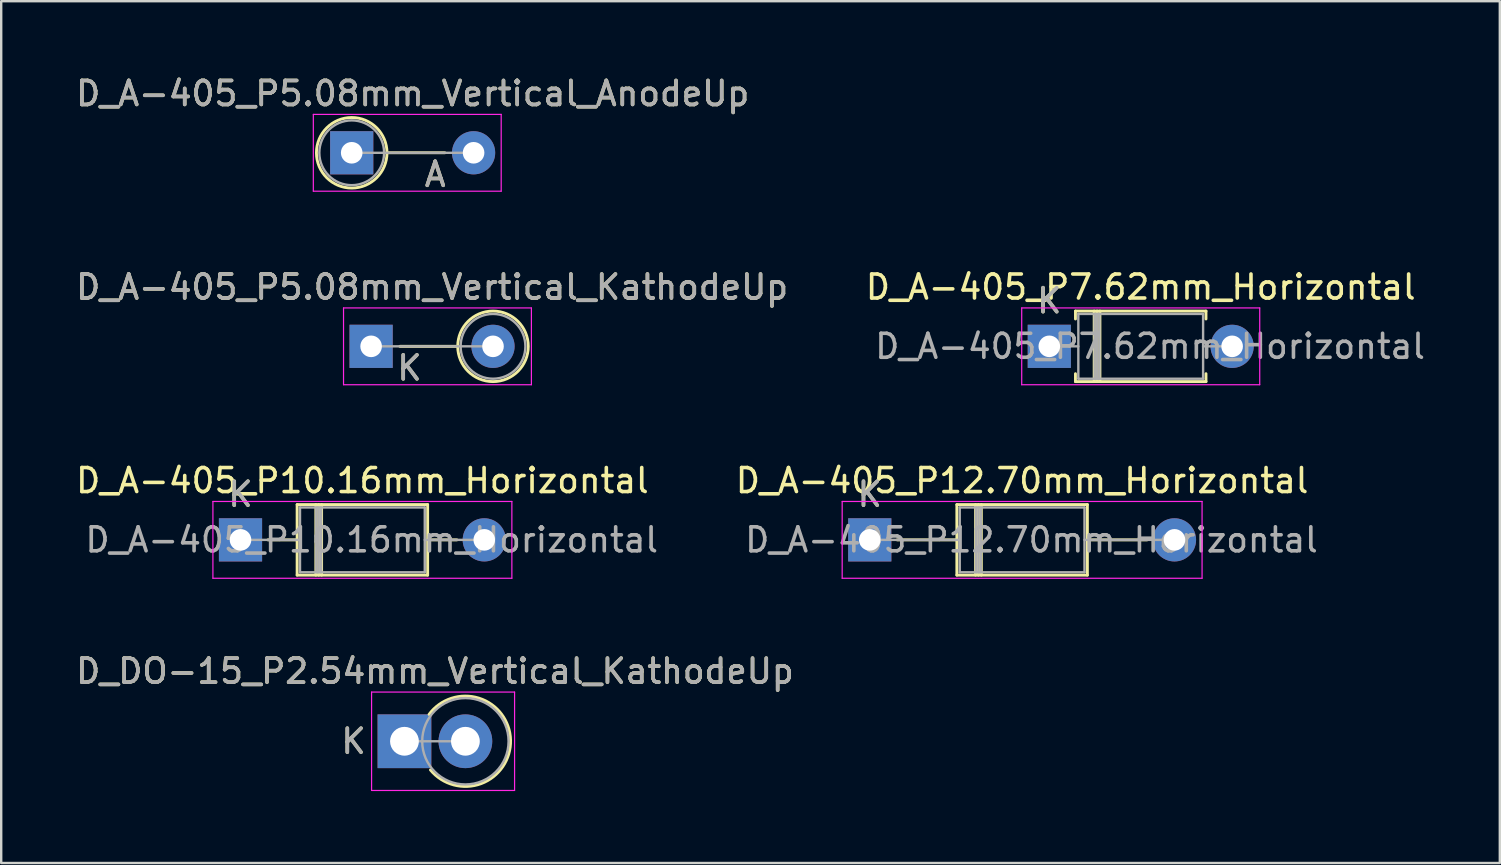
<source format=kicad_pcb>
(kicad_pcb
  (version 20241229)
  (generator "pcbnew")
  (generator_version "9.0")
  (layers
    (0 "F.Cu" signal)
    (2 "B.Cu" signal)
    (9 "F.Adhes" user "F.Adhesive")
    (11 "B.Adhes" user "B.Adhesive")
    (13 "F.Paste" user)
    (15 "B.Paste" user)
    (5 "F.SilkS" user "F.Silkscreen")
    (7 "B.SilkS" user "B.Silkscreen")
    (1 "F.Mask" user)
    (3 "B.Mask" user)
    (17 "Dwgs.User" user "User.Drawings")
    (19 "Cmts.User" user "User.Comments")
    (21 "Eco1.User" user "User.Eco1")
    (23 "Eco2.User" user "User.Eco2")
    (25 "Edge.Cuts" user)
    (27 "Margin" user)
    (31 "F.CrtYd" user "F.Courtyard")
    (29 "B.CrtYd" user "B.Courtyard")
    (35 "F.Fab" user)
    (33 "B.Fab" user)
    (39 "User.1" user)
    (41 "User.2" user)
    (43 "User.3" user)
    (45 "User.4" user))
  (footprint "D_A-405_P12.70mm_Horizontal"
    (layer "F.Cu")
    (at 33.201 19.451)
    (property "Reference" "D_A-405_P12.70mm_Horizontal" (at 6.35 -2.47 0) (layer "F.SilkS") (effects (font (size 1 1) (thickness 0.15))))
    (attr through_hole)
    (fp_line (start 1.14 0) (end 3.63 0) (stroke (width 0.12) (type solid)) (layer "F.SilkS"))
    (fp_line (start 3.63 -1.47) (end 3.63 1.47) (stroke (width 0.12) (type solid)) (layer "F.SilkS"))
    (fp_line (start 3.63 1.47) (end 9.07 1.47) (stroke (width 0.12) (type solid)) (layer "F.SilkS"))
    (fp_line (start 4.41 -1.47) (end 4.41 1.47) (stroke (width 0.12) (type solid)) (layer "F.SilkS"))
    (fp_line (start 4.53 -1.47) (end 4.53 1.47) (stroke (width 0.12) (type solid)) (layer "F.SilkS"))
    (fp_line (start 4.65 -1.47) (end 4.65 1.47) (stroke (width 0.12) (type solid)) (layer "F.SilkS"))
    (fp_line (start 9.07 -1.47) (end 3.63 -1.47) (stroke (width 0.12) (type solid)) (layer "F.SilkS"))
    (fp_line (start 9.07 1.47) (end 9.07 -1.47) (stroke (width 0.12) (type solid)) (layer "F.SilkS"))
    (fp_line (start 11.56 0) (end 9.07 0) (stroke (width 0.12) (type solid)) (layer "F.SilkS"))
    (fp_line (start -1.15 -1.6) (end -1.15 1.6) (stroke (width 0.05) (type solid)) (layer "F.CrtYd"))
    (fp_line (start -1.15 1.6) (end 13.85 1.6) (stroke (width 0.05) (type solid)) (layer "F.CrtYd"))
    (fp_line (start 13.85 -1.6) (end -1.15 -1.6) (stroke (width 0.05) (type solid)) (layer "F.CrtYd"))
    (fp_line (start 13.85 1.6) (end 13.85 -1.6) (stroke (width 0.05) (type solid)) (layer "F.CrtYd"))
    (fp_line (start 0 0) (end 3.75 0) (stroke (width 0.1) (type solid)) (layer "F.Fab"))
    (fp_line (start 3.75 -1.35) (end 3.75 1.35) (stroke (width 0.1) (type solid)) (layer "F.Fab"))
    (fp_line (start 3.75 1.35) (end 8.95 1.35) (stroke (width 0.1) (type solid)) (layer "F.Fab"))
    (fp_line (start 4.43 -1.35) (end 4.43 1.35) (stroke (width 0.1) (type solid)) (layer "F.Fab"))
    (fp_line (start 4.53 -1.35) (end 4.53 1.35) (stroke (width 0.1) (type solid)) (layer "F.Fab"))
    (fp_line (start 4.63 -1.35) (end 4.63 1.35) (stroke (width 0.1) (type solid)) (layer "F.Fab"))
    (fp_line (start 8.95 -1.35) (end 3.75 -1.35) (stroke (width 0.1) (type solid)) (layer "F.Fab"))
    (fp_line (start 8.95 1.35) (end 8.95 -1.35) (stroke (width 0.1) (type solid)) (layer "F.Fab"))
    (fp_line (start 12.7 0) (end 8.95 0) (stroke (width 0.1) (type solid)) (layer "F.Fab"))
    (fp_text user "K" (at 0 -1.9 0) (layer "F.SilkS") (effects (font (size 1 1) (thickness 0.15))))
    (fp_text user "K" (at 0 -1.9 0) (layer "F.Fab") (effects (font (size 1 1) (thickness 0.15))))
    (fp_text user "${REFERENCE}" (at 6.74 0 0) (layer "F.Fab") (effects (font (size 1 1) (thickness 0.15))))
    (pad "1" thru_hole rect (at 0 0) (size 1.8 1.8) (drill 0.9) (layers "*.Cu" "*.Mask"))
    (pad "2" thru_hole oval (at 12.7 0) (size 1.8 1.8) (drill 0.9) (layers "*.Cu" "*.Mask")))
  (footprint "D_A-405_P7.62mm_Horizontal"
    (layer "F.Cu")
    (at 40.684 11.385)
    (property "Reference" "D_A-405_P7.62mm_Horizontal" (at 3.81 -2.47 0) (layer "F.SilkS") (effects (font (size 1 1) (thickness 0.15))))
    (attr through_hole)
    (fp_line (start 1.09 -1.47) (end 6.53 -1.47) (stroke (width 0.12) (type solid)) (layer "F.SilkS"))
    (fp_line (start 1.09 -1.14) (end 1.09 -1.47) (stroke (width 0.12) (type solid)) (layer "F.SilkS"))
    (fp_line (start 1.09 1.14) (end 1.09 1.47) (stroke (width 0.12) (type solid)) (layer "F.SilkS"))
    (fp_line (start 1.09 1.47) (end 6.53 1.47) (stroke (width 0.12) (type solid)) (layer "F.SilkS"))
    (fp_line (start 1.87 -1.47) (end 1.87 1.47) (stroke (width 0.12) (type solid)) (layer "F.SilkS"))
    (fp_line (start 1.99 -1.47) (end 1.99 1.47) (stroke (width 0.12) (type solid)) (layer "F.SilkS"))
    (fp_line (start 2.11 -1.47) (end 2.11 1.47) (stroke (width 0.12) (type solid)) (layer "F.SilkS"))
    (fp_line (start 6.53 -1.47) (end 6.53 -1.14) (stroke (width 0.12) (type solid)) (layer "F.SilkS"))
    (fp_line (start 6.53 1.47) (end 6.53 1.14) (stroke (width 0.12) (type solid)) (layer "F.SilkS"))
    (fp_line (start -1.15 -1.6) (end -1.15 1.6) (stroke (width 0.05) (type solid)) (layer "F.CrtYd"))
    (fp_line (start -1.15 1.6) (end 8.77 1.6) (stroke (width 0.05) (type solid)) (layer "F.CrtYd"))
    (fp_line (start 8.77 -1.6) (end -1.15 -1.6) (stroke (width 0.05) (type solid)) (layer "F.CrtYd"))
    (fp_line (start 8.77 1.6) (end 8.77 -1.6) (stroke (width 0.05) (type solid)) (layer "F.CrtYd"))
    (fp_line (start 0 0) (end 1.21 0) (stroke (width 0.1) (type solid)) (layer "F.Fab"))
    (fp_line (start 1.21 -1.35) (end 1.21 1.35) (stroke (width 0.1) (type solid)) (layer "F.Fab"))
    (fp_line (start 1.21 1.35) (end 6.41 1.35) (stroke (width 0.1) (type solid)) (layer "F.Fab"))
    (fp_line (start 1.89 -1.35) (end 1.89 1.35) (stroke (width 0.1) (type solid)) (layer "F.Fab"))
    (fp_line (start 1.99 -1.35) (end 1.99 1.35) (stroke (width 0.1) (type solid)) (layer "F.Fab"))
    (fp_line (start 2.09 -1.35) (end 2.09 1.35) (stroke (width 0.1) (type solid)) (layer "F.Fab"))
    (fp_line (start 6.41 -1.35) (end 1.21 -1.35) (stroke (width 0.1) (type solid)) (layer "F.Fab"))
    (fp_line (start 6.41 1.35) (end 6.41 -1.35) (stroke (width 0.1) (type solid)) (layer "F.Fab"))
    (fp_line (start 7.62 0) (end 6.41 0) (stroke (width 0.1) (type solid)) (layer "F.Fab"))
    (fp_text user "K" (at 0 -1.9 0) (layer "F.SilkS") (effects (font (size 1 1) (thickness 0.15))))
    (fp_text user "K" (at 0 -1.9 0) (layer "F.Fab") (effects (font (size 1 1) (thickness 0.15))))
    (fp_text user "${REFERENCE}" (at 4.2 0 0) (layer "F.Fab") (effects (font (size 1 1) (thickness 0.15))))
    (pad "1" thru_hole rect (at 0 0) (size 1.8 1.8) (drill 0.9) (layers "*.Cu" "*.Mask"))
    (pad "2" thru_hole oval (at 7.62 0) (size 1.8 1.8) (drill 0.9) (layers "*.Cu" "*.Mask")))
  (footprint "D_A-405_P5.08mm_Vertical_AnodeUp"
    (layer "F.Cu")
    (at 11.609 3.318)
    (property "Reference" "D_A-405_P5.08mm_Vertical_AnodeUp" (at 2.54 -2.47 0) (layer "F.SilkS") (effects (font (size 1 1) (thickness 0.15))))
    (attr through_hole)
    (fp_line (start 1.47 0) (end 3.88 0) (stroke (width 0.12) (type solid)) (layer "F.SilkS"))
    (fp_circle (center 0 0) (end 1.47 0) (stroke (width 0.12) (type solid)) (fill no) (layer "F.SilkS"))
    (fp_line (start -1.6 -1.6) (end -1.6 1.6) (stroke (width 0.05) (type solid)) (layer "F.CrtYd"))
    (fp_line (start -1.6 1.6) (end 6.23 1.6) (stroke (width 0.05) (type solid)) (layer "F.CrtYd"))
    (fp_line (start 6.23 -1.6) (end -1.6 -1.6) (stroke (width 0.05) (type solid)) (layer "F.CrtYd"))
    (fp_line (start 6.23 1.6) (end 6.23 -1.6) (stroke (width 0.05) (type solid)) (layer "F.CrtYd"))
    (fp_line (start 0 0) (end 5.08 0) (stroke (width 0.1) (type solid)) (layer "F.Fab"))
    (fp_circle (center 0 0) (end 1.35 0) (stroke (width 0.1) (type solid)) (fill no) (layer "F.Fab"))
    (fp_text user "A" (at 3.48 0.9 0) (layer "F.SilkS") (effects (font (size 1 1) (thickness 0.15))))
    (fp_text user "${REFERENCE}" (at 2.54 -2.47 0) (layer "F.Fab") (effects (font (size 1 1) (thickness 0.15))))
    (fp_text user "A" (at 3.48 0.9 0) (layer "F.Fab") (effects (font (size 1 1) (thickness 0.15))))
    (pad "1" thru_hole rect (at 0 0) (size 1.8 1.8) (drill 0.9) (layers "*.Cu" "*.Mask"))
    (pad "2" thru_hole oval (at 5.08 0) (size 1.8 1.8) (drill 0.9) (layers "*.Cu" "*.Mask")))
  (footprint "D_A-405_P5.08mm_Vertical_KathodeUp"
    (layer "F.Cu")
    (at 12.418 11.385)
    (property "Reference" "D_A-405_P5.08mm_Vertical_KathodeUp" (at 2.54 -2.47 0) (layer "F.SilkS") (effects (font (size 1 1) (thickness 0.15))))
    (attr through_hole)
    (fp_line (start 3.61 0) (end 1.2 0) (stroke (width 0.12) (type solid)) (layer "F.SilkS"))
    (fp_circle (center 5.08 0) (end 6.55 0) (stroke (width 0.12) (type solid)) (fill no) (layer "F.SilkS"))
    (fp_line (start -1.15 -1.6) (end -1.15 1.6) (stroke (width 0.05) (type solid)) (layer "F.CrtYd"))
    (fp_line (start -1.15 1.6) (end 6.68 1.6) (stroke (width 0.05) (type solid)) (layer "F.CrtYd"))
    (fp_line (start 6.68 -1.6) (end -1.15 -1.6) (stroke (width 0.05) (type solid)) (layer "F.CrtYd"))
    (fp_line (start 6.68 1.6) (end 6.68 -1.6) (stroke (width 0.05) (type solid)) (layer "F.CrtYd"))
    (fp_line (start 0 0) (end 5.08 0) (stroke (width 0.1) (type solid)) (layer "F.Fab"))
    (fp_circle (center 5.08 0) (end 6.43 0) (stroke (width 0.1) (type solid)) (fill no) (layer "F.Fab"))
    (fp_text user "K" (at 1.6 0.9 0) (layer "F.SilkS") (effects (font (size 1 1) (thickness 0.15))))
    (fp_text user "K" (at 1.6 0.9 0) (layer "F.Fab") (effects (font (size 1 1) (thickness 0.15))))
    (fp_text user "${REFERENCE}" (at 2.54 -2.47 0) (layer "F.Fab") (effects (font (size 1 1) (thickness 0.15))))
    (pad "1" thru_hole rect (at 0 0) (size 1.8 1.8) (drill 0.9) (layers "*.Cu" "*.Mask"))
    (pad "2" thru_hole oval (at 5.08 0) (size 1.8 1.8) (drill 0.9) (layers "*.Cu" "*.Mask")))
  (footprint "D_DO-15_P2.54mm_Vertical_KathodeUp"
    (layer "F.Cu")
    (at 13.807 27.845)
    (property "Reference" "D_DO-15_P2.54mm_Vertical_KathodeUp" (at 1.27 -2.92 0) (layer "F.SilkS") (effects (font (size 1 1) (thickness 0.15))))
    (attr through_hole)
    (fp_arc (start 1.025404 -1.12) (mid 4.423124 -0.047368) (end 1.083629 1.194732) (stroke (width 0.12) (type solid)) (layer "F.SilkS"))
    (fp_line (start -1.37 -2.05) (end -1.37 2.05) (stroke (width 0.05) (type solid)) (layer "F.CrtYd"))
    (fp_line (start -1.37 2.05) (end 4.59 2.05) (stroke (width 0.05) (type solid)) (layer "F.CrtYd"))
    (fp_line (start 4.59 -2.05) (end -1.37 -2.05) (stroke (width 0.05) (type solid)) (layer "F.CrtYd"))
    (fp_line (start 4.59 2.05) (end 4.59 -2.05) (stroke (width 0.05) (type solid)) (layer "F.CrtYd"))
    (fp_line (start 0 0) (end 2.54 0) (stroke (width 0.1) (type solid)) (layer "F.Fab"))
    (fp_circle (center 2.54 0) (end 4.34 0) (stroke (width 0.1) (type solid)) (fill no) (layer "F.Fab"))
    (fp_text user "K" (at -2.12 0 0) (layer "F.SilkS") (effects (font (size 1 1) (thickness 0.15))))
    (fp_text user "K" (at -2.12 0 0) (layer "F.Fab") (effects (font (size 1 1) (thickness 0.15))))
    (fp_text user "${REFERENCE}" (at 1.27 -2.92 0) (layer "F.Fab") (effects (font (size 1 1) (thickness 0.15))))
    (pad "1" thru_hole rect (at 0 0) (size 2.24 2.24) (drill 1.2) (layers "*.Cu" "*.Mask"))
    (pad "2" thru_hole oval (at 2.54 0) (size 2.24 2.24) (drill 1.2) (layers "*.Cu" "*.Mask")))
  (footprint "D_A-405_P10.16mm_Horizontal"
    (layer "F.Cu")
    (at 6.974 19.451)
    (property "Reference" "D_A-405_P10.16mm_Horizontal" (at 5.08 -2.47 0) (layer "F.SilkS") (effects (font (size 1 1) (thickness 0.15))))
    (attr through_hole)
    (fp_line (start 1.14 0) (end 2.36 0) (stroke (width 0.12) (type solid)) (layer "F.SilkS"))
    (fp_line (start 2.36 -1.47) (end 2.36 1.47) (stroke (width 0.12) (type solid)) (layer "F.SilkS"))
    (fp_line (start 2.36 1.47) (end 7.8 1.47) (stroke (width 0.12) (type solid)) (layer "F.SilkS"))
    (fp_line (start 3.14 -1.47) (end 3.14 1.47) (stroke (width 0.12) (type solid)) (layer "F.SilkS"))
    (fp_line (start 3.26 -1.47) (end 3.26 1.47) (stroke (width 0.12) (type solid)) (layer "F.SilkS"))
    (fp_line (start 3.38 -1.47) (end 3.38 1.47) (stroke (width 0.12) (type solid)) (layer "F.SilkS"))
    (fp_line (start 7.8 -1.47) (end 2.36 -1.47) (stroke (width 0.12) (type solid)) (layer "F.SilkS"))
    (fp_line (start 7.8 1.47) (end 7.8 -1.47) (stroke (width 0.12) (type solid)) (layer "F.SilkS"))
    (fp_line (start 9.02 0) (end 7.8 0) (stroke (width 0.12) (type solid)) (layer "F.SilkS"))
    (fp_line (start -1.15 -1.6) (end -1.15 1.6) (stroke (width 0.05) (type solid)) (layer "F.CrtYd"))
    (fp_line (start -1.15 1.6) (end 11.31 1.6) (stroke (width 0.05) (type solid)) (layer "F.CrtYd"))
    (fp_line (start 11.31 -1.6) (end -1.15 -1.6) (stroke (width 0.05) (type solid)) (layer "F.CrtYd"))
    (fp_line (start 11.31 1.6) (end 11.31 -1.6) (stroke (width 0.05) (type solid)) (layer "F.CrtYd"))
    (fp_line (start 0 0) (end 2.48 0) (stroke (width 0.1) (type solid)) (layer "F.Fab"))
    (fp_line (start 2.48 -1.35) (end 2.48 1.35) (stroke (width 0.1) (type solid)) (layer "F.Fab"))
    (fp_line (start 2.48 1.35) (end 7.68 1.35) (stroke (width 0.1) (type solid)) (layer "F.Fab"))
    (fp_line (start 3.16 -1.35) (end 3.16 1.35) (stroke (width 0.1) (type solid)) (layer "F.Fab"))
    (fp_line (start 3.26 -1.35) (end 3.26 1.35) (stroke (width 0.1) (type solid)) (layer "F.Fab"))
    (fp_line (start 3.36 -1.35) (end 3.36 1.35) (stroke (width 0.1) (type solid)) (layer "F.Fab"))
    (fp_line (start 7.68 -1.35) (end 2.48 -1.35) (stroke (width 0.1) (type solid)) (layer "F.Fab"))
    (fp_line (start 7.68 1.35) (end 7.68 -1.35) (stroke (width 0.1) (type solid)) (layer "F.Fab"))
    (fp_line (start 10.16 0) (end 7.68 0) (stroke (width 0.1) (type solid)) (layer "F.Fab"))
    (fp_text user "K" (at 0 -1.9 0) (layer "F.SilkS") (effects (font (size 1 1) (thickness 0.15))))
    (fp_text user "${REFERENCE}" (at 5.47 0 0) (layer "F.Fab") (effects (font (size 1 1) (thickness 0.15))))
    (fp_text user "K" (at 0 -1.9 0) (layer "F.Fab") (effects (font (size 1 1) (thickness 0.15))))
    (pad "1" thru_hole rect (at 0 0) (size 1.8 1.8) (drill 0.9) (layers "*.Cu" "*.Mask"))
    (pad "2" thru_hole oval (at 10.16 0) (size 1.8 1.8) (drill 0.9) (layers "*.Cu" "*.Mask")))
  (gr_rect
    (start -3 -3)
    (end 59.461 32.919)
    (stroke (width 0.1) (type default))
    (fill no)
    (layer "Edge.Cuts")))
</source>
